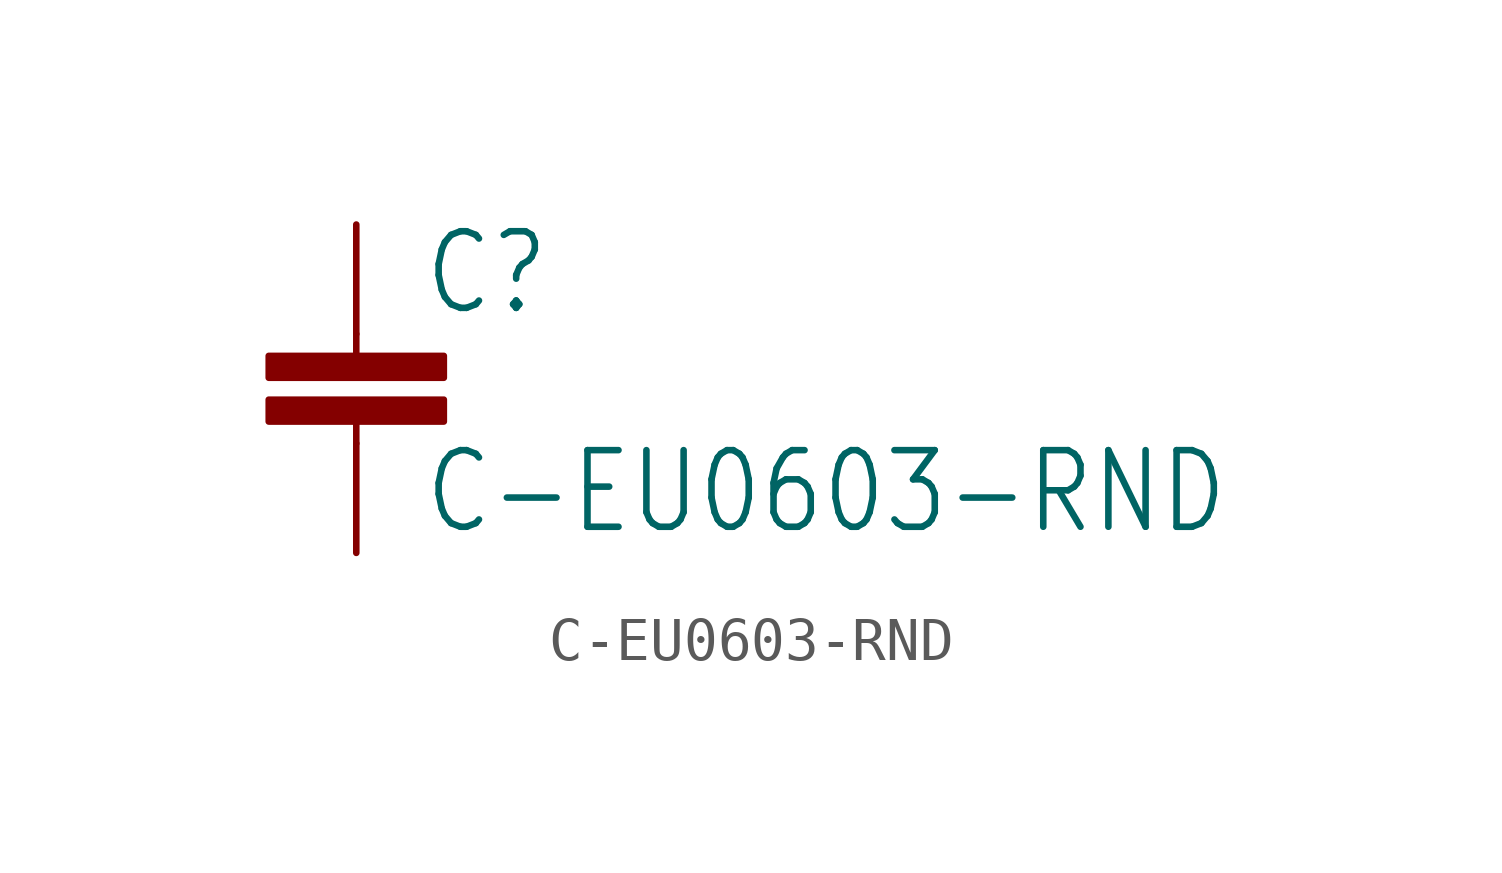
<source format=kicad_sym>
(kicad_symbol_lib
  (version 20211014)
  (generator kicad_symbol_editor)
  (symbol "C-EU0603-RND"
    (property "Reference" "C"
      (at 1.524 0.381 0)
      (effects (font (size 1.778 1.511)) (justify left bottom)))
    (property "Value" "C-EU0603-RND"
      (at 1.524 -4.699 0)
      (effects (font (size 1.778 1.511)) (justify left bottom)))
    (property "ki_locked" ""
      (at 0 0 0)
      (effects (font (size 1.27 1.27))))
    (symbol "C-EU0603-RND_1_0"
      (rectangle (start -2.032 -2.032) (end 2.032 -1.524) (stroke (width 0) (type default) (color 0 0 0 0)) (fill (type outline)))
      (rectangle (start -2.032 -1.016) (end 2.032 -0.508) (stroke (width 0) (type default) (color 0 0 0 0)) (fill (type outline)))
      (polyline (pts (xy 0 -2.54) (xy 0 -2.032)) (stroke (width 0.152) (type default) (color 0 0 0 0)) (fill (type none)))
      (polyline (pts (xy 0 0) (xy 0 -0.508)) (stroke (width 0.152) (type default) (color 0 0 0 0)) (fill (type none)))
      (pin passive line (at 0 2.54 270) (length 2.54) (name "1" (effects (font (size 0 0)))) (number "1" (effects (font (size 0 0)))))
      (pin passive line (at 0 -5.08 90) (length 2.54) (name "2" (effects (font (size 0 0)))) (number "2" (effects (font (size 0 0))))))))
</source>
